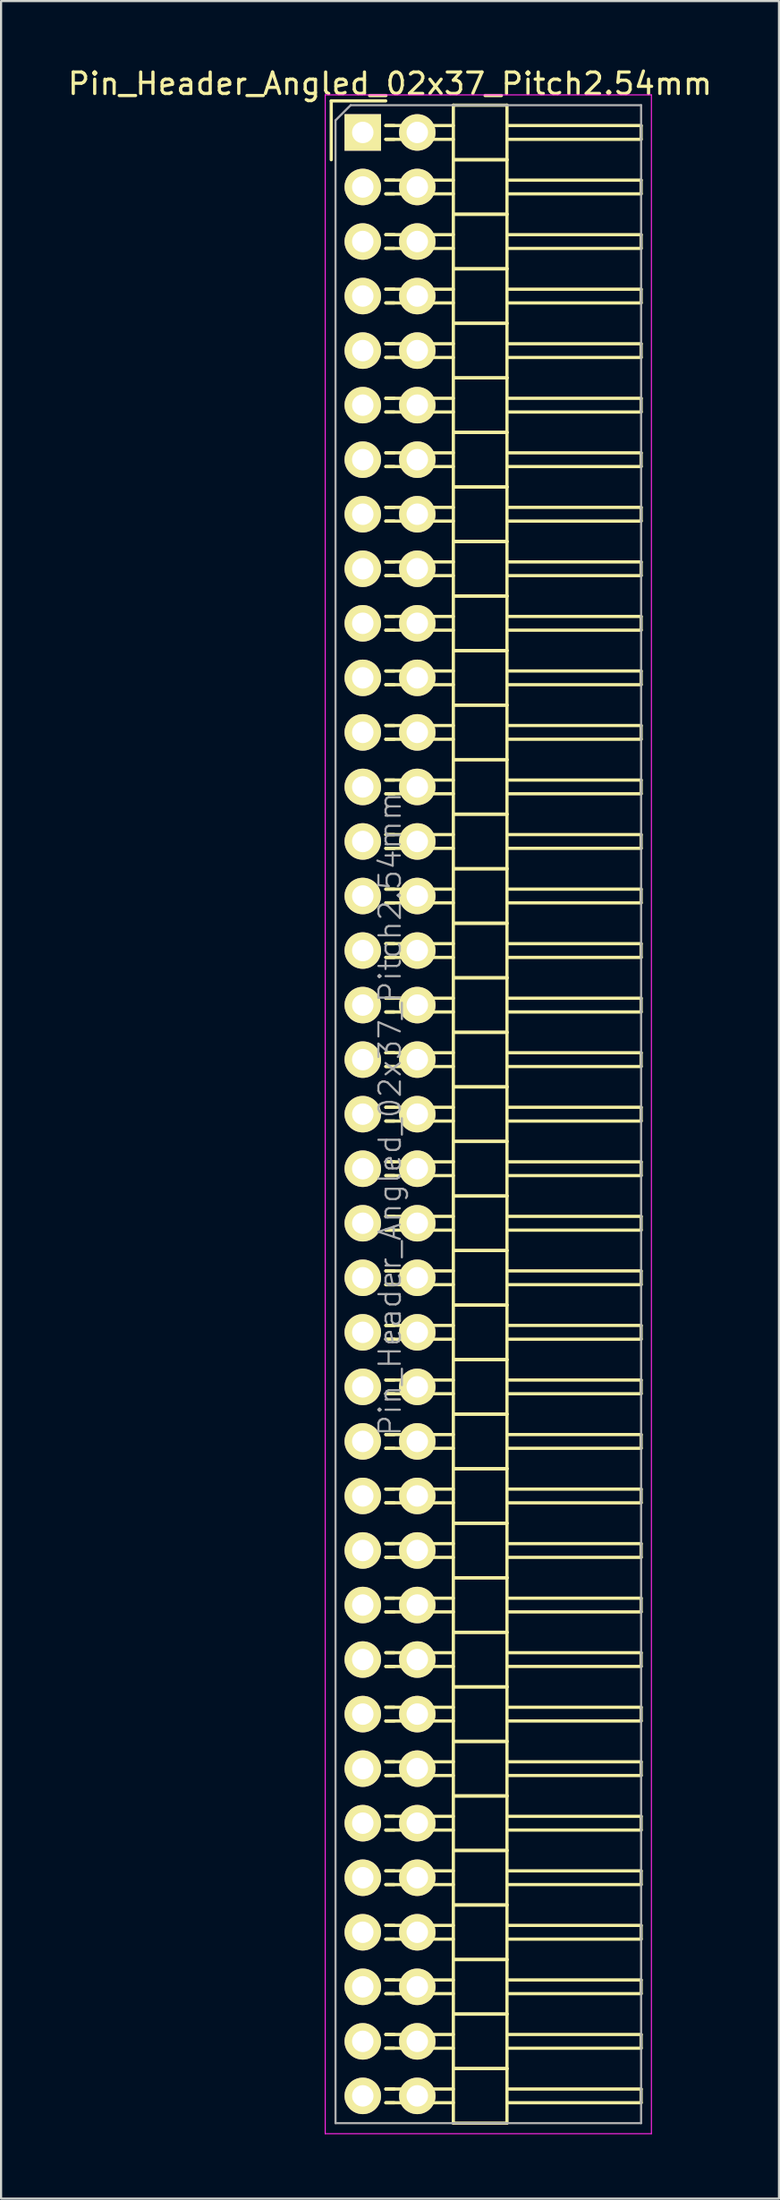
<source format=kicad_pcb>
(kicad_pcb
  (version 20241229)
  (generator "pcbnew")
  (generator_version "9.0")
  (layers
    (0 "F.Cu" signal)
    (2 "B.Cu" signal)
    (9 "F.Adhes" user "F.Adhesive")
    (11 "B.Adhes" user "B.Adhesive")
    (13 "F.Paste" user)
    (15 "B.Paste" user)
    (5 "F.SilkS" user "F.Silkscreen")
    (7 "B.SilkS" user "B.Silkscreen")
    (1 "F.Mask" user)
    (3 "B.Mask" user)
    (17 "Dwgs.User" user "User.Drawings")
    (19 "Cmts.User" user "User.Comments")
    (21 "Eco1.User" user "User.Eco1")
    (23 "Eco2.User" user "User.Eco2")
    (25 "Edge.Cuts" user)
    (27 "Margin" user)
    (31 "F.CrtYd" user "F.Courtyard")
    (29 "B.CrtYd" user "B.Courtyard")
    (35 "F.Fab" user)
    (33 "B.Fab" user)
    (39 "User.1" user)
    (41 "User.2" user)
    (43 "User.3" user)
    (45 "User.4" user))
  (footprint "Pin_Header_Angled_02x37_Pitch2.54mm"
    (layer "F.Cu")
    (at 13.855 3.118)
    (property "Reference" "Pin_Header_Angled_02x37_Pitch2.54mm" (at 1.27 -2.27 0) (layer "F.SilkS") (effects (font (size 1 1) (thickness 0.15))))
    (attr smd)
    (fp_line (start -1.47 -1.47) (end -1.47 1.27) (stroke (width 0.15) (type solid)) (layer "F.SilkS"))
    (fp_line (start -1.47 -1.47) (end 1.07 -1.47) (stroke (width 0.15) (type solid)) (layer "F.SilkS"))
    (fp_line (start 1.465 -0.32) (end 1.075 -0.32) (stroke (width 0.15) (type solid)) (layer "F.SilkS"))
    (fp_line (start 1.465 0.32) (end 1.075 0.32) (stroke (width 0.15) (type solid)) (layer "F.SilkS"))
    (fp_line (start 1.465 2.22) (end 1.075 2.22) (stroke (width 0.15) (type solid)) (layer "F.SilkS"))
    (fp_line (start 1.465 2.86) (end 1.075 2.86) (stroke (width 0.15) (type solid)) (layer "F.SilkS"))
    (fp_line (start 1.465 4.76) (end 1.075 4.76) (stroke (width 0.15) (type solid)) (layer "F.SilkS"))
    (fp_line (start 1.465 5.4) (end 1.075 5.4) (stroke (width 0.15) (type solid)) (layer "F.SilkS"))
    (fp_line (start 1.465 7.3) (end 1.075 7.3) (stroke (width 0.15) (type solid)) (layer "F.SilkS"))
    (fp_line (start 1.465 7.94) (end 1.075 7.94) (stroke (width 0.15) (type solid)) (layer "F.SilkS"))
    (fp_line (start 1.465 9.84) (end 1.075 9.84) (stroke (width 0.15) (type solid)) (layer "F.SilkS"))
    (fp_line (start 1.465 10.48) (end 1.075 10.48) (stroke (width 0.15) (type solid)) (layer "F.SilkS"))
    (fp_line (start 1.465 12.38) (end 1.075 12.38) (stroke (width 0.15) (type solid)) (layer "F.SilkS"))
    (fp_line (start 1.465 13.02) (end 1.075 13.02) (stroke (width 0.15) (type solid)) (layer "F.SilkS"))
    (fp_line (start 1.465 14.92) (end 1.075 14.92) (stroke (width 0.15) (type solid)) (layer "F.SilkS"))
    (fp_line (start 1.465 15.56) (end 1.075 15.56) (stroke (width 0.15) (type solid)) (layer "F.SilkS"))
    (fp_line (start 1.465 17.46) (end 1.075 17.46) (stroke (width 0.15) (type solid)) (layer "F.SilkS"))
    (fp_line (start 1.465 18.1) (end 1.075 18.1) (stroke (width 0.15) (type solid)) (layer "F.SilkS"))
    (fp_line (start 1.465 20) (end 1.075 20) (stroke (width 0.15) (type solid)) (layer "F.SilkS"))
    (fp_line (start 1.465 20.64) (end 1.075 20.64) (stroke (width 0.15) (type solid)) (layer "F.SilkS"))
    (fp_line (start 1.465 22.54) (end 1.075 22.54) (stroke (width 0.15) (type solid)) (layer "F.SilkS"))
    (fp_line (start 1.465 23.18) (end 1.075 23.18) (stroke (width 0.15) (type solid)) (layer "F.SilkS"))
    (fp_line (start 1.465 25.08) (end 1.075 25.08) (stroke (width 0.15) (type solid)) (layer "F.SilkS"))
    (fp_line (start 1.465 25.72) (end 1.075 25.72) (stroke (width 0.15) (type solid)) (layer "F.SilkS"))
    (fp_line (start 1.465 27.62) (end 1.075 27.62) (stroke (width 0.15) (type solid)) (layer "F.SilkS"))
    (fp_line (start 1.465 28.26) (end 1.075 28.26) (stroke (width 0.15) (type solid)) (layer "F.SilkS"))
    (fp_line (start 1.465 30.16) (end 1.075 30.16) (stroke (width 0.15) (type solid)) (layer "F.SilkS"))
    (fp_line (start 1.465 30.8) (end 1.075 30.8) (stroke (width 0.15) (type solid)) (layer "F.SilkS"))
    (fp_line (start 1.465 32.7) (end 1.075 32.7) (stroke (width 0.15) (type solid)) (layer "F.SilkS"))
    (fp_line (start 1.465 33.34) (end 1.075 33.34) (stroke (width 0.15) (type solid)) (layer "F.SilkS"))
    (fp_line (start 1.465 35.24) (end 1.075 35.24) (stroke (width 0.15) (type solid)) (layer "F.SilkS"))
    (fp_line (start 1.465 35.88) (end 1.075 35.88) (stroke (width 0.15) (type solid)) (layer "F.SilkS"))
    (fp_line (start 1.465 37.78) (end 1.075 37.78) (stroke (width 0.15) (type solid)) (layer "F.SilkS"))
    (fp_line (start 1.465 38.42) (end 1.075 38.42) (stroke (width 0.15) (type solid)) (layer "F.SilkS"))
    (fp_line (start 1.465 40.32) (end 1.075 40.32) (stroke (width 0.15) (type solid)) (layer "F.SilkS"))
    (fp_line (start 1.465 40.96) (end 1.075 40.96) (stroke (width 0.15) (type solid)) (layer "F.SilkS"))
    (fp_line (start 1.465 42.86) (end 1.075 42.86) (stroke (width 0.15) (type solid)) (layer "F.SilkS"))
    (fp_line (start 1.465 43.5) (end 1.075 43.5) (stroke (width 0.15) (type solid)) (layer "F.SilkS"))
    (fp_line (start 1.465 45.4) (end 1.075 45.4) (stroke (width 0.15) (type solid)) (layer "F.SilkS"))
    (fp_line (start 1.465 46.04) (end 1.075 46.04) (stroke (width 0.15) (type solid)) (layer "F.SilkS"))
    (fp_line (start 1.465 47.94) (end 1.075 47.94) (stroke (width 0.15) (type solid)) (layer "F.SilkS"))
    (fp_line (start 1.465 48.58) (end 1.075 48.58) (stroke (width 0.15) (type solid)) (layer "F.SilkS"))
    (fp_line (start 1.465 50.48) (end 1.075 50.48) (stroke (width 0.15) (type solid)) (layer "F.SilkS"))
    (fp_line (start 1.465 51.12) (end 1.075 51.12) (stroke (width 0.15) (type solid)) (layer "F.SilkS"))
    (fp_line (start 1.465 53.02) (end 1.075 53.02) (stroke (width 0.15) (type solid)) (layer "F.SilkS"))
    (fp_line (start 1.465 53.66) (end 1.075 53.66) (stroke (width 0.15) (type solid)) (layer "F.SilkS"))
    (fp_line (start 1.465 55.56) (end 1.075 55.56) (stroke (width 0.15) (type solid)) (layer "F.SilkS"))
    (fp_line (start 1.465 56.2) (end 1.075 56.2) (stroke (width 0.15) (type solid)) (layer "F.SilkS"))
    (fp_line (start 1.465 58.1) (end 1.075 58.1) (stroke (width 0.15) (type solid)) (layer "F.SilkS"))
    (fp_line (start 1.465 58.74) (end 1.075 58.74) (stroke (width 0.15) (type solid)) (layer "F.SilkS"))
    (fp_line (start 1.465 60.64) (end 1.075 60.64) (stroke (width 0.15) (type solid)) (layer "F.SilkS"))
    (fp_line (start 1.465 61.28) (end 1.075 61.28) (stroke (width 0.15) (type solid)) (layer "F.SilkS"))
    (fp_line (start 1.465 63.18) (end 1.075 63.18) (stroke (width 0.15) (type solid)) (layer "F.SilkS"))
    (fp_line (start 1.465 63.82) (end 1.075 63.82) (stroke (width 0.15) (type solid)) (layer "F.SilkS"))
    (fp_line (start 1.465 65.72) (end 1.075 65.72) (stroke (width 0.15) (type solid)) (layer "F.SilkS"))
    (fp_line (start 1.465 66.36) (end 1.075 66.36) (stroke (width 0.15) (type solid)) (layer "F.SilkS"))
    (fp_line (start 1.465 68.26) (end 1.075 68.26) (stroke (width 0.15) (type solid)) (layer "F.SilkS"))
    (fp_line (start 1.465 68.9) (end 1.075 68.9) (stroke (width 0.15) (type solid)) (layer "F.SilkS"))
    (fp_line (start 1.465 70.8) (end 1.075 70.8) (stroke (width 0.15) (type solid)) (layer "F.SilkS"))
    (fp_line (start 1.465 71.44) (end 1.075 71.44) (stroke (width 0.15) (type solid)) (layer "F.SilkS"))
    (fp_line (start 1.465 73.34) (end 1.075 73.34) (stroke (width 0.15) (type solid)) (layer "F.SilkS"))
    (fp_line (start 1.465 73.98) (end 1.075 73.98) (stroke (width 0.15) (type solid)) (layer "F.SilkS"))
    (fp_line (start 1.465 75.88) (end 1.075 75.88) (stroke (width 0.15) (type solid)) (layer "F.SilkS"))
    (fp_line (start 1.465 76.52) (end 1.075 76.52) (stroke (width 0.15) (type solid)) (layer "F.SilkS"))
    (fp_line (start 1.465 78.42) (end 1.075 78.42) (stroke (width 0.15) (type solid)) (layer "F.SilkS"))
    (fp_line (start 1.465 79.06) (end 1.075 79.06) (stroke (width 0.15) (type solid)) (layer "F.SilkS"))
    (fp_line (start 1.465 80.96) (end 1.075 80.96) (stroke (width 0.15) (type solid)) (layer "F.SilkS"))
    (fp_line (start 1.465 81.6) (end 1.075 81.6) (stroke (width 0.15) (type solid)) (layer "F.SilkS"))
    (fp_line (start 1.465 83.5) (end 1.075 83.5) (stroke (width 0.15) (type solid)) (layer "F.SilkS"))
    (fp_line (start 1.465 84.14) (end 1.075 84.14) (stroke (width 0.15) (type solid)) (layer "F.SilkS"))
    (fp_line (start 1.465 86.04) (end 1.075 86.04) (stroke (width 0.15) (type solid)) (layer "F.SilkS"))
    (fp_line (start 1.465 86.68) (end 1.075 86.68) (stroke (width 0.15) (type solid)) (layer "F.SilkS"))
    (fp_line (start 1.465 88.58) (end 1.075 88.58) (stroke (width 0.15) (type solid)) (layer "F.SilkS"))
    (fp_line (start 1.465 89.22) (end 1.075 89.22) (stroke (width 0.15) (type solid)) (layer "F.SilkS"))
    (fp_line (start 1.465 91.12) (end 1.075 91.12) (stroke (width 0.15) (type solid)) (layer "F.SilkS"))
    (fp_line (start 1.465 91.76) (end 1.075 91.76) (stroke (width 0.15) (type solid)) (layer "F.SilkS"))
    (fp_line (start 4.22 -0.32) (end 1.075 -0.32) (stroke (width 0.15) (type solid)) (layer "F.SilkS"))
    (fp_line (start 4.22 0.32) (end 1.075 0.32) (stroke (width 0.15) (type solid)) (layer "F.SilkS"))
    (fp_line (start 4.22 1.27) (end 4.22 -1.27) (stroke (width 0.15) (type solid)) (layer "F.SilkS"))
    (fp_line (start 4.22 2.22) (end 1.075 2.22) (stroke (width 0.15) (type solid)) (layer "F.SilkS"))
    (fp_line (start 4.22 2.86) (end 1.075 2.86) (stroke (width 0.15) (type solid)) (layer "F.SilkS"))
    (fp_line (start 4.22 3.81) (end 4.22 1.27) (stroke (width 0.15) (type solid)) (layer "F.SilkS"))
    (fp_line (start 4.22 4.76) (end 1.075 4.76) (stroke (width 0.15) (type solid)) (layer "F.SilkS"))
    (fp_line (start 4.22 5.4) (end 1.075 5.4) (stroke (width 0.15) (type solid)) (layer "F.SilkS"))
    (fp_line (start 4.22 6.35) (end 4.22 3.81) (stroke (width 0.15) (type solid)) (layer "F.SilkS"))
    (fp_line (start 4.22 7.3) (end 1.075 7.3) (stroke (width 0.15) (type solid)) (layer "F.SilkS"))
    (fp_line (start 4.22 7.94) (end 1.075 7.94) (stroke (width 0.15) (type solid)) (layer "F.SilkS"))
    (fp_line (start 4.22 8.89) (end 4.22 6.35) (stroke (width 0.15) (type solid)) (layer "F.SilkS"))
    (fp_line (start 4.22 9.84) (end 1.075 9.84) (stroke (width 0.15) (type solid)) (layer "F.SilkS"))
    (fp_line (start 4.22 10.48) (end 1.075 10.48) (stroke (width 0.15) (type solid)) (layer "F.SilkS"))
    (fp_line (start 4.22 11.43) (end 4.22 8.89) (stroke (width 0.15) (type solid)) (layer "F.SilkS"))
    (fp_line (start 4.22 12.38) (end 1.075 12.38) (stroke (width 0.15) (type solid)) (layer "F.SilkS"))
    (fp_line (start 4.22 13.02) (end 1.075 13.02) (stroke (width 0.15) (type solid)) (layer "F.SilkS"))
    (fp_line (start 4.22 13.97) (end 4.22 11.43) (stroke (width 0.15) (type solid)) (layer "F.SilkS"))
    (fp_line (start 4.22 14.92) (end 1.075 14.92) (stroke (width 0.15) (type solid)) (layer "F.SilkS"))
    (fp_line (start 4.22 15.56) (end 1.075 15.56) (stroke (width 0.15) (type solid)) (layer "F.SilkS"))
    (fp_line (start 4.22 16.51) (end 4.22 13.97) (stroke (width 0.15) (type solid)) (layer "F.SilkS"))
    (fp_line (start 4.22 17.46) (end 1.075 17.46) (stroke (width 0.15) (type solid)) (layer "F.SilkS"))
    (fp_line (start 4.22 18.1) (end 1.075 18.1) (stroke (width 0.15) (type solid)) (layer "F.SilkS"))
    (fp_line (start 4.22 19.05) (end 4.22 16.51) (stroke (width 0.15) (type solid)) (layer "F.SilkS"))
    (fp_line (start 4.22 20) (end 1.075 20) (stroke (width 0.15) (type solid)) (layer "F.SilkS"))
    (fp_line (start 4.22 20.64) (end 1.075 20.64) (stroke (width 0.15) (type solid)) (layer "F.SilkS"))
    (fp_line (start 4.22 21.59) (end 4.22 19.05) (stroke (width 0.15) (type solid)) (layer "F.SilkS"))
    (fp_line (start 4.22 22.54) (end 1.075 22.54) (stroke (width 0.15) (type solid)) (layer "F.SilkS"))
    (fp_line (start 4.22 23.18) (end 1.075 23.18) (stroke (width 0.15) (type solid)) (layer "F.SilkS"))
    (fp_line (start 4.22 24.13) (end 4.22 21.59) (stroke (width 0.15) (type solid)) (layer "F.SilkS"))
    (fp_line (start 4.22 25.08) (end 1.075 25.08) (stroke (width 0.15) (type solid)) (layer "F.SilkS"))
    (fp_line (start 4.22 25.72) (end 1.075 25.72) (stroke (width 0.15) (type solid)) (layer "F.SilkS"))
    (fp_line (start 4.22 26.67) (end 4.22 24.13) (stroke (width 0.15) (type solid)) (layer "F.SilkS"))
    (fp_line (start 4.22 27.62) (end 1.075 27.62) (stroke (width 0.15) (type solid)) (layer "F.SilkS"))
    (fp_line (start 4.22 28.26) (end 1.075 28.26) (stroke (width 0.15) (type solid)) (layer "F.SilkS"))
    (fp_line (start 4.22 29.21) (end 4.22 26.67) (stroke (width 0.15) (type solid)) (layer "F.SilkS"))
    (fp_line (start 4.22 30.16) (end 1.075 30.16) (stroke (width 0.15) (type solid)) (layer "F.SilkS"))
    (fp_line (start 4.22 30.8) (end 1.075 30.8) (stroke (width 0.15) (type solid)) (layer "F.SilkS"))
    (fp_line (start 4.22 31.75) (end 4.22 29.21) (stroke (width 0.15) (type solid)) (layer "F.SilkS"))
    (fp_line (start 4.22 32.7) (end 1.075 32.7) (stroke (width 0.15) (type solid)) (layer "F.SilkS"))
    (fp_line (start 4.22 33.34) (end 1.075 33.34) (stroke (width 0.15) (type solid)) (layer "F.SilkS"))
    (fp_line (start 4.22 34.29) (end 4.22 31.75) (stroke (width 0.15) (type solid)) (layer "F.SilkS"))
    (fp_line (start 4.22 35.24) (end 1.075 35.24) (stroke (width 0.15) (type solid)) (layer "F.SilkS"))
    (fp_line (start 4.22 35.88) (end 1.075 35.88) (stroke (width 0.15) (type solid)) (layer "F.SilkS"))
    (fp_line (start 4.22 36.83) (end 4.22 34.29) (stroke (width 0.15) (type solid)) (layer "F.SilkS"))
    (fp_line (start 4.22 37.78) (end 1.075 37.78) (stroke (width 0.15) (type solid)) (layer "F.SilkS"))
    (fp_line (start 4.22 38.42) (end 1.075 38.42) (stroke (width 0.15) (type solid)) (layer "F.SilkS"))
    (fp_line (start 4.22 39.37) (end 4.22 36.83) (stroke (width 0.15) (type solid)) (layer "F.SilkS"))
    (fp_line (start 4.22 40.32) (end 1.075 40.32) (stroke (width 0.15) (type solid)) (layer "F.SilkS"))
    (fp_line (start 4.22 40.96) (end 1.075 40.96) (stroke (width 0.15) (type solid)) (layer "F.SilkS"))
    (fp_line (start 4.22 41.91) (end 4.22 39.37) (stroke (width 0.15) (type solid)) (layer "F.SilkS"))
    (fp_line (start 4.22 42.86) (end 1.075 42.86) (stroke (width 0.15) (type solid)) (layer "F.SilkS"))
    (fp_line (start 4.22 43.5) (end 1.075 43.5) (stroke (width 0.15) (type solid)) (layer "F.SilkS"))
    (fp_line (start 4.22 44.45) (end 4.22 41.91) (stroke (width 0.15) (type solid)) (layer "F.SilkS"))
    (fp_line (start 4.22 45.4) (end 1.075 45.4) (stroke (width 0.15) (type solid)) (layer "F.SilkS"))
    (fp_line (start 4.22 46.04) (end 1.075 46.04) (stroke (width 0.15) (type solid)) (layer "F.SilkS"))
    (fp_line (start 4.22 46.99) (end 4.22 44.45) (stroke (width 0.15) (type solid)) (layer "F.SilkS"))
    (fp_line (start 4.22 47.94) (end 1.075 47.94) (stroke (width 0.15) (type solid)) (layer "F.SilkS"))
    (fp_line (start 4.22 48.58) (end 1.075 48.58) (stroke (width 0.15) (type solid)) (layer "F.SilkS"))
    (fp_line (start 4.22 49.53) (end 4.22 46.99) (stroke (width 0.15) (type solid)) (layer "F.SilkS"))
    (fp_line (start 4.22 50.48) (end 1.075 50.48) (stroke (width 0.15) (type solid)) (layer "F.SilkS"))
    (fp_line (start 4.22 51.12) (end 1.075 51.12) (stroke (width 0.15) (type solid)) (layer "F.SilkS"))
    (fp_line (start 4.22 52.07) (end 4.22 49.53) (stroke (width 0.15) (type solid)) (layer "F.SilkS"))
    (fp_line (start 4.22 53.02) (end 1.075 53.02) (stroke (width 0.15) (type solid)) (layer "F.SilkS"))
    (fp_line (start 4.22 53.66) (end 1.075 53.66) (stroke (width 0.15) (type solid)) (layer "F.SilkS"))
    (fp_line (start 4.22 54.61) (end 4.22 52.07) (stroke (width 0.15) (type solid)) (layer "F.SilkS"))
    (fp_line (start 4.22 55.56) (end 1.075 55.56) (stroke (width 0.15) (type solid)) (layer "F.SilkS"))
    (fp_line (start 4.22 56.2) (end 1.075 56.2) (stroke (width 0.15) (type solid)) (layer "F.SilkS"))
    (fp_line (start 4.22 57.15) (end 4.22 54.61) (stroke (width 0.15) (type solid)) (layer "F.SilkS"))
    (fp_line (start 4.22 58.1) (end 1.075 58.1) (stroke (width 0.15) (type solid)) (layer "F.SilkS"))
    (fp_line (start 4.22 58.74) (end 1.075 58.74) (stroke (width 0.15) (type solid)) (layer "F.SilkS"))
    (fp_line (start 4.22 59.69) (end 4.22 57.15) (stroke (width 0.15) (type solid)) (layer "F.SilkS"))
    (fp_line (start 4.22 60.64) (end 1.075 60.64) (stroke (width 0.15) (type solid)) (layer "F.SilkS"))
    (fp_line (start 4.22 61.28) (end 1.075 61.28) (stroke (width 0.15) (type solid)) (layer "F.SilkS"))
    (fp_line (start 4.22 62.23) (end 4.22 59.69) (stroke (width 0.15) (type solid)) (layer "F.SilkS"))
    (fp_line (start 4.22 63.18) (end 1.075 63.18) (stroke (width 0.15) (type solid)) (layer "F.SilkS"))
    (fp_line (start 4.22 63.82) (end 1.075 63.82) (stroke (width 0.15) (type solid)) (layer "F.SilkS"))
    (fp_line (start 4.22 64.77) (end 4.22 62.23) (stroke (width 0.15) (type solid)) (layer "F.SilkS"))
    (fp_line (start 4.22 65.72) (end 1.075 65.72) (stroke (width 0.15) (type solid)) (layer "F.SilkS"))
    (fp_line (start 4.22 66.36) (end 1.075 66.36) (stroke (width 0.15) (type solid)) (layer "F.SilkS"))
    (fp_line (start 4.22 67.31) (end 4.22 64.77) (stroke (width 0.15) (type solid)) (layer "F.SilkS"))
    (fp_line (start 4.22 68.26) (end 1.075 68.26) (stroke (width 0.15) (type solid)) (layer "F.SilkS"))
    (fp_line (start 4.22 68.9) (end 1.075 68.9) (stroke (width 0.15) (type solid)) (layer "F.SilkS"))
    (fp_line (start 4.22 69.85) (end 4.22 67.31) (stroke (width 0.15) (type solid)) (layer "F.SilkS"))
    (fp_line (start 4.22 70.8) (end 1.075 70.8) (stroke (width 0.15) (type solid)) (layer "F.SilkS"))
    (fp_line (start 4.22 71.44) (end 1.075 71.44) (stroke (width 0.15) (type solid)) (layer "F.SilkS"))
    (fp_line (start 4.22 72.39) (end 4.22 69.85) (stroke (width 0.15) (type solid)) (layer "F.SilkS"))
    (fp_line (start 4.22 73.34) (end 1.075 73.34) (stroke (width 0.15) (type solid)) (layer "F.SilkS"))
    (fp_line (start 4.22 73.98) (end 1.075 73.98) (stroke (width 0.15) (type solid)) (layer "F.SilkS"))
    (fp_line (start 4.22 74.93) (end 4.22 72.39) (stroke (width 0.15) (type solid)) (layer "F.SilkS"))
    (fp_line (start 4.22 75.88) (end 1.075 75.88) (stroke (width 0.15) (type solid)) (layer "F.SilkS"))
    (fp_line (start 4.22 76.52) (end 1.075 76.52) (stroke (width 0.15) (type solid)) (layer "F.SilkS"))
    (fp_line (start 4.22 77.47) (end 4.22 74.93) (stroke (width 0.15) (type solid)) (layer "F.SilkS"))
    (fp_line (start 4.22 78.42) (end 1.075 78.42) (stroke (width 0.15) (type solid)) (layer "F.SilkS"))
    (fp_line (start 4.22 79.06) (end 1.075 79.06) (stroke (width 0.15) (type solid)) (layer "F.SilkS"))
    (fp_line (start 4.22 80.01) (end 4.22 77.47) (stroke (width 0.15) (type solid)) (layer "F.SilkS"))
    (fp_line (start 4.22 80.96) (end 1.075 80.96) (stroke (width 0.15) (type solid)) (layer "F.SilkS"))
    (fp_line (start 4.22 81.6) (end 1.075 81.6) (stroke (width 0.15) (type solid)) (layer "F.SilkS"))
    (fp_line (start 4.22 82.55) (end 4.22 80.01) (stroke (width 0.15) (type solid)) (layer "F.SilkS"))
    (fp_line (start 4.22 83.5) (end 1.075 83.5) (stroke (width 0.15) (type solid)) (layer "F.SilkS"))
    (fp_line (start 4.22 84.14) (end 1.075 84.14) (stroke (width 0.15) (type solid)) (layer "F.SilkS"))
    (fp_line (start 4.22 85.09) (end 4.22 82.55) (stroke (width 0.15) (type solid)) (layer "F.SilkS"))
    (fp_line (start 4.22 86.04) (end 1.075 86.04) (stroke (width 0.15) (type solid)) (layer "F.SilkS"))
    (fp_line (start 4.22 86.68) (end 1.075 86.68) (stroke (width 0.15) (type solid)) (layer "F.SilkS"))
    (fp_line (start 4.22 87.63) (end 4.22 85.09) (stroke (width 0.15) (type solid)) (layer "F.SilkS"))
    (fp_line (start 4.22 88.58) (end 1.075 88.58) (stroke (width 0.15) (type solid)) (layer "F.SilkS"))
    (fp_line (start 4.22 89.22) (end 1.075 89.22) (stroke (width 0.15) (type solid)) (layer "F.SilkS"))
    (fp_line (start 4.22 90.17) (end 4.22 87.63) (stroke (width 0.15) (type solid)) (layer "F.SilkS"))
    (fp_line (start 4.22 91.12) (end 1.075 91.12) (stroke (width 0.15) (type solid)) (layer "F.SilkS"))
    (fp_line (start 4.22 91.76) (end 1.075 91.76) (stroke (width 0.15) (type solid)) (layer "F.SilkS"))
    (fp_line (start 4.22 92.71) (end 4.22 90.17) (stroke (width 0.15) (type solid)) (layer "F.SilkS"))
    (fp_line (start 6.72 -1.27) (end 4.22 -1.27) (stroke (width 0.15) (type solid)) (layer "F.SilkS"))
    (fp_line (start 6.72 -0.32) (end 12.97 -0.32) (stroke (width 0.15) (type solid)) (layer "F.SilkS"))
    (fp_line (start 6.72 0.32) (end 12.97 0.32) (stroke (width 0.15) (type solid)) (layer "F.SilkS"))
    (fp_line (start 6.72 1.27) (end 4.22 1.27) (stroke (width 0.15) (type solid)) (layer "F.SilkS"))
    (fp_line (start 6.72 1.27) (end 4.22 1.27) (stroke (width 0.15) (type solid)) (layer "F.SilkS"))
    (fp_line (start 6.72 1.27) (end 6.72 -1.27) (stroke (width 0.15) (type solid)) (layer "F.SilkS"))
    (fp_line (start 6.72 2.22) (end 12.97 2.22) (stroke (width 0.15) (type solid)) (layer "F.SilkS"))
    (fp_line (start 6.72 2.86) (end 12.97 2.86) (stroke (width 0.15) (type solid)) (layer "F.SilkS"))
    (fp_line (start 6.72 3.81) (end 4.22 3.81) (stroke (width 0.15) (type solid)) (layer "F.SilkS"))
    (fp_line (start 6.72 3.81) (end 4.22 3.81) (stroke (width 0.15) (type solid)) (layer "F.SilkS"))
    (fp_line (start 6.72 3.81) (end 6.72 1.27) (stroke (width 0.15) (type solid)) (layer "F.SilkS"))
    (fp_line (start 6.72 4.76) (end 12.97 4.76) (stroke (width 0.15) (type solid)) (layer "F.SilkS"))
    (fp_line (start 6.72 5.4) (end 12.97 5.4) (stroke (width 0.15) (type solid)) (layer "F.SilkS"))
    (fp_line (start 6.72 6.35) (end 4.22 6.35) (stroke (width 0.15) (type solid)) (layer "F.SilkS"))
    (fp_line (start 6.72 6.35) (end 4.22 6.35) (stroke (width 0.15) (type solid)) (layer "F.SilkS"))
    (fp_line (start 6.72 6.35) (end 6.72 3.81) (stroke (width 0.15) (type solid)) (layer "F.SilkS"))
    (fp_line (start 6.72 7.3) (end 12.97 7.3) (stroke (width 0.15) (type solid)) (layer "F.SilkS"))
    (fp_line (start 6.72 7.94) (end 12.97 7.94) (stroke (width 0.15) (type solid)) (layer "F.SilkS"))
    (fp_line (start 6.72 8.89) (end 4.22 8.89) (stroke (width 0.15) (type solid)) (layer "F.SilkS"))
    (fp_line (start 6.72 8.89) (end 4.22 8.89) (stroke (width 0.15) (type solid)) (layer "F.SilkS"))
    (fp_line (start 6.72 8.89) (end 6.72 6.35) (stroke (width 0.15) (type solid)) (layer "F.SilkS"))
    (fp_line (start 6.72 9.84) (end 12.97 9.84) (stroke (width 0.15) (type solid)) (layer "F.SilkS"))
    (fp_line (start 6.72 10.48) (end 12.97 10.48) (stroke (width 0.15) (type solid)) (layer "F.SilkS"))
    (fp_line (start 6.72 11.43) (end 4.22 11.43) (stroke (width 0.15) (type solid)) (layer "F.SilkS"))
    (fp_line (start 6.72 11.43) (end 4.22 11.43) (stroke (width 0.15) (type solid)) (layer "F.SilkS"))
    (fp_line (start 6.72 11.43) (end 6.72 8.89) (stroke (width 0.15) (type solid)) (layer "F.SilkS"))
    (fp_line (start 6.72 12.38) (end 12.97 12.38) (stroke (width 0.15) (type solid)) (layer "F.SilkS"))
    (fp_line (start 6.72 13.02) (end 12.97 13.02) (stroke (width 0.15) (type solid)) (layer "F.SilkS"))
    (fp_line (start 6.72 13.97) (end 4.22 13.97) (stroke (width 0.15) (type solid)) (layer "F.SilkS"))
    (fp_line (start 6.72 13.97) (end 4.22 13.97) (stroke (width 0.15) (type solid)) (layer "F.SilkS"))
    (fp_line (start 6.72 13.97) (end 6.72 11.43) (stroke (width 0.15) (type solid)) (layer "F.SilkS"))
    (fp_line (start 6.72 14.92) (end 12.97 14.92) (stroke (width 0.15) (type solid)) (layer "F.SilkS"))
    (fp_line (start 6.72 15.56) (end 12.97 15.56) (stroke (width 0.15) (type solid)) (layer "F.SilkS"))
    (fp_line (start 6.72 16.51) (end 4.22 16.51) (stroke (width 0.15) (type solid)) (layer "F.SilkS"))
    (fp_line (start 6.72 16.51) (end 4.22 16.51) (stroke (width 0.15) (type solid)) (layer "F.SilkS"))
    (fp_line (start 6.72 16.51) (end 6.72 13.97) (stroke (width 0.15) (type solid)) (layer "F.SilkS"))
    (fp_line (start 6.72 17.46) (end 12.97 17.46) (stroke (width 0.15) (type solid)) (layer "F.SilkS"))
    (fp_line (start 6.72 18.1) (end 12.97 18.1) (stroke (width 0.15) (type solid)) (layer "F.SilkS"))
    (fp_line (start 6.72 19.05) (end 4.22 19.05) (stroke (width 0.15) (type solid)) (layer "F.SilkS"))
    (fp_line (start 6.72 19.05) (end 4.22 19.05) (stroke (width 0.15) (type solid)) (layer "F.SilkS"))
    (fp_line (start 6.72 19.05) (end 6.72 16.51) (stroke (width 0.15) (type solid)) (layer "F.SilkS"))
    (fp_line (start 6.72 20) (end 12.97 20) (stroke (width 0.15) (type solid)) (layer "F.SilkS"))
    (fp_line (start 6.72 20.64) (end 12.97 20.64) (stroke (width 0.15) (type solid)) (layer "F.SilkS"))
    (fp_line (start 6.72 21.59) (end 4.22 21.59) (stroke (width 0.15) (type solid)) (layer "F.SilkS"))
    (fp_line (start 6.72 21.59) (end 4.22 21.59) (stroke (width 0.15) (type solid)) (layer "F.SilkS"))
    (fp_line (start 6.72 21.59) (end 6.72 19.05) (stroke (width 0.15) (type solid)) (layer "F.SilkS"))
    (fp_line (start 6.72 22.54) (end 12.97 22.54) (stroke (width 0.15) (type solid)) (layer "F.SilkS"))
    (fp_line (start 6.72 23.18) (end 12.97 23.18) (stroke (width 0.15) (type solid)) (layer "F.SilkS"))
    (fp_line (start 6.72 24.13) (end 4.22 24.13) (stroke (width 0.15) (type solid)) (layer "F.SilkS"))
    (fp_line (start 6.72 24.13) (end 4.22 24.13) (stroke (width 0.15) (type solid)) (layer "F.SilkS"))
    (fp_line (start 6.72 24.13) (end 6.72 21.59) (stroke (width 0.15) (type solid)) (layer "F.SilkS"))
    (fp_line (start 6.72 25.08) (end 12.97 25.08) (stroke (width 0.15) (type solid)) (layer "F.SilkS"))
    (fp_line (start 6.72 25.72) (end 12.97 25.72) (stroke (width 0.15) (type solid)) (layer "F.SilkS"))
    (fp_line (start 6.72 26.67) (end 4.22 26.67) (stroke (width 0.15) (type solid)) (layer "F.SilkS"))
    (fp_line (start 6.72 26.67) (end 4.22 26.67) (stroke (width 0.15) (type solid)) (layer "F.SilkS"))
    (fp_line (start 6.72 26.67) (end 6.72 24.13) (stroke (width 0.15) (type solid)) (layer "F.SilkS"))
    (fp_line (start 6.72 27.62) (end 12.97 27.62) (stroke (width 0.15) (type solid)) (layer "F.SilkS"))
    (fp_line (start 6.72 28.26) (end 12.97 28.26) (stroke (width 0.15) (type solid)) (layer "F.SilkS"))
    (fp_line (start 6.72 29.21) (end 4.22 29.21) (stroke (width 0.15) (type solid)) (layer "F.SilkS"))
    (fp_line (start 6.72 29.21) (end 4.22 29.21) (stroke (width 0.15) (type solid)) (layer "F.SilkS"))
    (fp_line (start 6.72 29.21) (end 6.72 26.67) (stroke (width 0.15) (type solid)) (layer "F.SilkS"))
    (fp_line (start 6.72 30.16) (end 12.97 30.16) (stroke (width 0.15) (type solid)) (layer "F.SilkS"))
    (fp_line (start 6.72 30.8) (end 12.97 30.8) (stroke (width 0.15) (type solid)) (layer "F.SilkS"))
    (fp_line (start 6.72 31.75) (end 4.22 31.75) (stroke (width 0.15) (type solid)) (layer "F.SilkS"))
    (fp_line (start 6.72 31.75) (end 4.22 31.75) (stroke (width 0.15) (type solid)) (layer "F.SilkS"))
    (fp_line (start 6.72 31.75) (end 6.72 29.21) (stroke (width 0.15) (type solid)) (layer "F.SilkS"))
    (fp_line (start 6.72 32.7) (end 12.97 32.7) (stroke (width 0.15) (type solid)) (layer "F.SilkS"))
    (fp_line (start 6.72 33.34) (end 12.97 33.34) (stroke (width 0.15) (type solid)) (layer "F.SilkS"))
    (fp_line (start 6.72 34.29) (end 4.22 34.29) (stroke (width 0.15) (type solid)) (layer "F.SilkS"))
    (fp_line (start 6.72 34.29) (end 4.22 34.29) (stroke (width 0.15) (type solid)) (layer "F.SilkS"))
    (fp_line (start 6.72 34.29) (end 6.72 31.75) (stroke (width 0.15) (type solid)) (layer "F.SilkS"))
    (fp_line (start 6.72 35.24) (end 12.97 35.24) (stroke (width 0.15) (type solid)) (layer "F.SilkS"))
    (fp_line (start 6.72 35.88) (end 12.97 35.88) (stroke (width 0.15) (type solid)) (layer "F.SilkS"))
    (fp_line (start 6.72 36.83) (end 4.22 36.83) (stroke (width 0.15) (type solid)) (layer "F.SilkS"))
    (fp_line (start 6.72 36.83) (end 4.22 36.83) (stroke (width 0.15) (type solid)) (layer "F.SilkS"))
    (fp_line (start 6.72 36.83) (end 6.72 34.29) (stroke (width 0.15) (type solid)) (layer "F.SilkS"))
    (fp_line (start 6.72 37.78) (end 12.97 37.78) (stroke (width 0.15) (type solid)) (layer "F.SilkS"))
    (fp_line (start 6.72 38.42) (end 12.97 38.42) (stroke (width 0.15) (type solid)) (layer "F.SilkS"))
    (fp_line (start 6.72 39.37) (end 4.22 39.37) (stroke (width 0.15) (type solid)) (layer "F.SilkS"))
    (fp_line (start 6.72 39.37) (end 4.22 39.37) (stroke (width 0.15) (type solid)) (layer "F.SilkS"))
    (fp_line (start 6.72 39.37) (end 6.72 36.83) (stroke (width 0.15) (type solid)) (layer "F.SilkS"))
    (fp_line (start 6.72 40.32) (end 12.97 40.32) (stroke (width 0.15) (type solid)) (layer "F.SilkS"))
    (fp_line (start 6.72 40.96) (end 12.97 40.96) (stroke (width 0.15) (type solid)) (layer "F.SilkS"))
    (fp_line (start 6.72 41.91) (end 4.22 41.91) (stroke (width 0.15) (type solid)) (layer "F.SilkS"))
    (fp_line (start 6.72 41.91) (end 4.22 41.91) (stroke (width 0.15) (type solid)) (layer "F.SilkS"))
    (fp_line (start 6.72 41.91) (end 6.72 39.37) (stroke (width 0.15) (type solid)) (layer "F.SilkS"))
    (fp_line (start 6.72 42.86) (end 12.97 42.86) (stroke (width 0.15) (type solid)) (layer "F.SilkS"))
    (fp_line (start 6.72 43.5) (end 12.97 43.5) (stroke (width 0.15) (type solid)) (layer "F.SilkS"))
    (fp_line (start 6.72 44.45) (end 4.22 44.45) (stroke (width 0.15) (type solid)) (layer "F.SilkS"))
    (fp_line (start 6.72 44.45) (end 4.22 44.45) (stroke (width 0.15) (type solid)) (layer "F.SilkS"))
    (fp_line (start 6.72 44.45) (end 6.72 41.91) (stroke (width 0.15) (type solid)) (layer "F.SilkS"))
    (fp_line (start 6.72 45.4) (end 12.97 45.4) (stroke (width 0.15) (type solid)) (layer "F.SilkS"))
    (fp_line (start 6.72 46.04) (end 12.97 46.04) (stroke (width 0.15) (type solid)) (layer "F.SilkS"))
    (fp_line (start 6.72 46.99) (end 4.22 46.99) (stroke (width 0.15) (type solid)) (layer "F.SilkS"))
    (fp_line (start 6.72 46.99) (end 4.22 46.99) (stroke (width 0.15) (type solid)) (layer "F.SilkS"))
    (fp_line (start 6.72 46.99) (end 6.72 44.45) (stroke (width 0.15) (type solid)) (layer "F.SilkS"))
    (fp_line (start 6.72 47.94) (end 12.97 47.94) (stroke (width 0.15) (type solid)) (layer "F.SilkS"))
    (fp_line (start 6.72 48.58) (end 12.97 48.58) (stroke (width 0.15) (type solid)) (layer "F.SilkS"))
    (fp_line (start 6.72 49.53) (end 4.22 49.53) (stroke (width 0.15) (type solid)) (layer "F.SilkS"))
    (fp_line (start 6.72 49.53) (end 4.22 49.53) (stroke (width 0.15) (type solid)) (layer "F.SilkS"))
    (fp_line (start 6.72 49.53) (end 6.72 46.99) (stroke (width 0.15) (type solid)) (layer "F.SilkS"))
    (fp_line (start 6.72 50.48) (end 12.97 50.48) (stroke (width 0.15) (type solid)) (layer "F.SilkS"))
    (fp_line (start 6.72 51.12) (end 12.97 51.12) (stroke (width 0.15) (type solid)) (layer "F.SilkS"))
    (fp_line (start 6.72 52.07) (end 4.22 52.07) (stroke (width 0.15) (type solid)) (layer "F.SilkS"))
    (fp_line (start 6.72 52.07) (end 4.22 52.07) (stroke (width 0.15) (type solid)) (layer "F.SilkS"))
    (fp_line (start 6.72 52.07) (end 6.72 49.53) (stroke (width 0.15) (type solid)) (layer "F.SilkS"))
    (fp_line (start 6.72 53.02) (end 12.97 53.02) (stroke (width 0.15) (type solid)) (layer "F.SilkS"))
    (fp_line (start 6.72 53.66) (end 12.97 53.66) (stroke (width 0.15) (type solid)) (layer "F.SilkS"))
    (fp_line (start 6.72 54.61) (end 4.22 54.61) (stroke (width 0.15) (type solid)) (layer "F.SilkS"))
    (fp_line (start 6.72 54.61) (end 4.22 54.61) (stroke (width 0.15) (type solid)) (layer "F.SilkS"))
    (fp_line (start 6.72 54.61) (end 6.72 52.07) (stroke (width 0.15) (type solid)) (layer "F.SilkS"))
    (fp_line (start 6.72 55.56) (end 12.97 55.56) (stroke (width 0.15) (type solid)) (layer "F.SilkS"))
    (fp_line (start 6.72 56.2) (end 12.97 56.2) (stroke (width 0.15) (type solid)) (layer "F.SilkS"))
    (fp_line (start 6.72 57.15) (end 4.22 57.15) (stroke (width 0.15) (type solid)) (layer "F.SilkS"))
    (fp_line (start 6.72 57.15) (end 4.22 57.15) (stroke (width 0.15) (type solid)) (layer "F.SilkS"))
    (fp_line (start 6.72 57.15) (end 6.72 54.61) (stroke (width 0.15) (type solid)) (layer "F.SilkS"))
    (fp_line (start 6.72 58.1) (end 12.97 58.1) (stroke (width 0.15) (type solid)) (layer "F.SilkS"))
    (fp_line (start 6.72 58.74) (end 12.97 58.74) (stroke (width 0.15) (type solid)) (layer "F.SilkS"))
    (fp_line (start 6.72 59.69) (end 4.22 59.69) (stroke (width 0.15) (type solid)) (layer "F.SilkS"))
    (fp_line (start 6.72 59.69) (end 4.22 59.69) (stroke (width 0.15) (type solid)) (layer "F.SilkS"))
    (fp_line (start 6.72 59.69) (end 6.72 57.15) (stroke (width 0.15) (type solid)) (layer "F.SilkS"))
    (fp_line (start 6.72 60.64) (end 12.97 60.64) (stroke (width 0.15) (type solid)) (layer "F.SilkS"))
    (fp_line (start 6.72 61.28) (end 12.97 61.28) (stroke (width 0.15) (type solid)) (layer "F.SilkS"))
    (fp_line (start 6.72 62.23) (end 4.22 62.23) (stroke (width 0.15) (type solid)) (layer "F.SilkS"))
    (fp_line (start 6.72 62.23) (end 4.22 62.23) (stroke (width 0.15) (type solid)) (layer "F.SilkS"))
    (fp_line (start 6.72 62.23) (end 6.72 59.69) (stroke (width 0.15) (type solid)) (layer "F.SilkS"))
    (fp_line (start 6.72 63.18) (end 12.97 63.18) (stroke (width 0.15) (type solid)) (layer "F.SilkS"))
    (fp_line (start 6.72 63.82) (end 12.97 63.82) (stroke (width 0.15) (type solid)) (layer "F.SilkS"))
    (fp_line (start 6.72 64.77) (end 4.22 64.77) (stroke (width 0.15) (type solid)) (layer "F.SilkS"))
    (fp_line (start 6.72 64.77) (end 4.22 64.77) (stroke (width 0.15) (type solid)) (layer "F.SilkS"))
    (fp_line (start 6.72 64.77) (end 6.72 62.23) (stroke (width 0.15) (type solid)) (layer "F.SilkS"))
    (fp_line (start 6.72 65.72) (end 12.97 65.72) (stroke (width 0.15) (type solid)) (layer "F.SilkS"))
    (fp_line (start 6.72 66.36) (end 12.97 66.36) (stroke (width 0.15) (type solid)) (layer "F.SilkS"))
    (fp_line (start 6.72 67.31) (end 4.22 67.31) (stroke (width 0.15) (type solid)) (layer "F.SilkS"))
    (fp_line (start 6.72 67.31) (end 4.22 67.31) (stroke (width 0.15) (type solid)) (layer "F.SilkS"))
    (fp_line (start 6.72 67.31) (end 6.72 64.77) (stroke (width 0.15) (type solid)) (layer "F.SilkS"))
    (fp_line (start 6.72 68.26) (end 12.97 68.26) (stroke (width 0.15) (type solid)) (layer "F.SilkS"))
    (fp_line (start 6.72 68.9) (end 12.97 68.9) (stroke (width 0.15) (type solid)) (layer "F.SilkS"))
    (fp_line (start 6.72 69.85) (end 4.22 69.85) (stroke (width 0.15) (type solid)) (layer "F.SilkS"))
    (fp_line (start 6.72 69.85) (end 4.22 69.85) (stroke (width 0.15) (type solid)) (layer "F.SilkS"))
    (fp_line (start 6.72 69.85) (end 6.72 67.31) (stroke (width 0.15) (type solid)) (layer "F.SilkS"))
    (fp_line (start 6.72 70.8) (end 12.97 70.8) (stroke (width 0.15) (type solid)) (layer "F.SilkS"))
    (fp_line (start 6.72 71.44) (end 12.97 71.44) (stroke (width 0.15) (type solid)) (layer "F.SilkS"))
    (fp_line (start 6.72 72.39) (end 4.22 72.39) (stroke (width 0.15) (type solid)) (layer "F.SilkS"))
    (fp_line (start 6.72 72.39) (end 4.22 72.39) (stroke (width 0.15) (type solid)) (layer "F.SilkS"))
    (fp_line (start 6.72 72.39) (end 6.72 69.85) (stroke (width 0.15) (type solid)) (layer "F.SilkS"))
    (fp_line (start 6.72 73.34) (end 12.97 73.34) (stroke (width 0.15) (type solid)) (layer "F.SilkS"))
    (fp_line (start 6.72 73.98) (end 12.97 73.98) (stroke (width 0.15) (type solid)) (layer "F.SilkS"))
    (fp_line (start 6.72 74.93) (end 4.22 74.93) (stroke (width 0.15) (type solid)) (layer "F.SilkS"))
    (fp_line (start 6.72 74.93) (end 4.22 74.93) (stroke (width 0.15) (type solid)) (layer "F.SilkS"))
    (fp_line (start 6.72 74.93) (end 6.72 72.39) (stroke (width 0.15) (type solid)) (layer "F.SilkS"))
    (fp_line (start 6.72 75.88) (end 12.97 75.88) (stroke (width 0.15) (type solid)) (layer "F.SilkS"))
    (fp_line (start 6.72 76.52) (end 12.97 76.52) (stroke (width 0.15) (type solid)) (layer "F.SilkS"))
    (fp_line (start 6.72 77.47) (end 4.22 77.47) (stroke (width 0.15) (type solid)) (layer "F.SilkS"))
    (fp_line (start 6.72 77.47) (end 4.22 77.47) (stroke (width 0.15) (type solid)) (layer "F.SilkS"))
    (fp_line (start 6.72 77.47) (end 6.72 74.93) (stroke (width 0.15) (type solid)) (layer "F.SilkS"))
    (fp_line (start 6.72 78.42) (end 12.97 78.42) (stroke (width 0.15) (type solid)) (layer "F.SilkS"))
    (fp_line (start 6.72 79.06) (end 12.97 79.06) (stroke (width 0.15) (type solid)) (layer "F.SilkS"))
    (fp_line (start 6.72 80.01) (end 4.22 80.01) (stroke (width 0.15) (type solid)) (layer "F.SilkS"))
    (fp_line (start 6.72 80.01) (end 4.22 80.01) (stroke (width 0.15) (type solid)) (layer "F.SilkS"))
    (fp_line (start 6.72 80.01) (end 6.72 77.47) (stroke (width 0.15) (type solid)) (layer "F.SilkS"))
    (fp_line (start 6.72 80.96) (end 12.97 80.96) (stroke (width 0.15) (type solid)) (layer "F.SilkS"))
    (fp_line (start 6.72 81.6) (end 12.97 81.6) (stroke (width 0.15) (type solid)) (layer "F.SilkS"))
    (fp_line (start 6.72 82.55) (end 4.22 82.55) (stroke (width 0.15) (type solid)) (layer "F.SilkS"))
    (fp_line (start 6.72 82.55) (end 4.22 82.55) (stroke (width 0.15) (type solid)) (layer "F.SilkS"))
    (fp_line (start 6.72 82.55) (end 6.72 80.01) (stroke (width 0.15) (type solid)) (layer "F.SilkS"))
    (fp_line (start 6.72 83.5) (end 12.97 83.5) (stroke (width 0.15) (type solid)) (layer "F.SilkS"))
    (fp_line (start 6.72 84.14) (end 12.97 84.14) (stroke (width 0.15) (type solid)) (layer "F.SilkS"))
    (fp_line (start 6.72 85.09) (end 4.22 85.09) (stroke (width 0.15) (type solid)) (layer "F.SilkS"))
    (fp_line (start 6.72 85.09) (end 4.22 85.09) (stroke (width 0.15) (type solid)) (layer "F.SilkS"))
    (fp_line (start 6.72 85.09) (end 6.72 82.55) (stroke (width 0.15) (type solid)) (layer "F.SilkS"))
    (fp_line (start 6.72 86.04) (end 12.97 86.04) (stroke (width 0.15) (type solid)) (layer "F.SilkS"))
    (fp_line (start 6.72 86.68) (end 12.97 86.68) (stroke (width 0.15) (type solid)) (layer "F.SilkS"))
    (fp_line (start 6.72 87.63) (end 4.22 87.63) (stroke (width 0.15) (type solid)) (layer "F.SilkS"))
    (fp_line (start 6.72 87.63) (end 4.22 87.63) (stroke (width 0.15) (type solid)) (layer "F.SilkS"))
    (fp_line (start 6.72 87.63) (end 6.72 85.09) (stroke (width 0.15) (type solid)) (layer "F.SilkS"))
    (fp_line (start 6.72 88.58) (end 12.97 88.58) (stroke (width 0.15) (type solid)) (layer "F.SilkS"))
    (fp_line (start 6.72 89.22) (end 12.97 89.22) (stroke (width 0.15) (type solid)) (layer "F.SilkS"))
    (fp_line (start 6.72 90.17) (end 4.22 90.17) (stroke (width 0.15) (type solid)) (layer "F.SilkS"))
    (fp_line (start 6.72 90.17) (end 4.22 90.17) (stroke (width 0.15) (type solid)) (layer "F.SilkS"))
    (fp_line (start 6.72 90.17) (end 6.72 87.63) (stroke (width 0.15) (type solid)) (layer "F.SilkS"))
    (fp_line (start 6.72 91.12) (end 12.97 91.12) (stroke (width 0.15) (type solid)) (layer "F.SilkS"))
    (fp_line (start 6.72 91.76) (end 12.97 91.76) (stroke (width 0.15) (type solid)) (layer "F.SilkS"))
    (fp_line (start 6.72 92.71) (end 4.22 92.71) (stroke (width 0.15) (type solid)) (layer "F.SilkS"))
    (fp_line (start 6.72 92.71) (end 6.72 90.17) (stroke (width 0.15) (type solid)) (layer "F.SilkS"))
    (fp_line (start 12.97 0.32) (end 12.97 -0.32) (stroke (width 0.15) (type solid)) (layer "F.SilkS"))
    (fp_line (start 12.97 2.86) (end 12.97 2.22) (stroke (width 0.15) (type solid)) (layer "F.SilkS"))
    (fp_line (start 12.97 5.4) (end 12.97 4.76) (stroke (width 0.15) (type solid)) (layer "F.SilkS"))
    (fp_line (start 12.97 7.94) (end 12.97 7.3) (stroke (width 0.15) (type solid)) (layer "F.SilkS"))
    (fp_line (start 12.97 10.48) (end 12.97 9.84) (stroke (width 0.15) (type solid)) (layer "F.SilkS"))
    (fp_line (start 12.97 13.02) (end 12.97 12.38) (stroke (width 0.15) (type solid)) (layer "F.SilkS"))
    (fp_line (start 12.97 15.56) (end 12.97 14.92) (stroke (width 0.15) (type solid)) (layer "F.SilkS"))
    (fp_line (start 12.97 18.1) (end 12.97 17.46) (stroke (width 0.15) (type solid)) (layer "F.SilkS"))
    (fp_line (start 12.97 20.64) (end 12.97 20) (stroke (width 0.15) (type solid)) (layer "F.SilkS"))
    (fp_line (start 12.97 23.18) (end 12.97 22.54) (stroke (width 0.15) (type solid)) (layer "F.SilkS"))
    (fp_line (start 12.97 25.72) (end 12.97 25.08) (stroke (width 0.15) (type solid)) (layer "F.SilkS"))
    (fp_line (start 12.97 28.26) (end 12.97 27.62) (stroke (width 0.15) (type solid)) (layer "F.SilkS"))
    (fp_line (start 12.97 30.8) (end 12.97 30.16) (stroke (width 0.15) (type solid)) (layer "F.SilkS"))
    (fp_line (start 12.97 33.34) (end 12.97 32.7) (stroke (width 0.15) (type solid)) (layer "F.SilkS"))
    (fp_line (start 12.97 35.88) (end 12.97 35.24) (stroke (width 0.15) (type solid)) (layer "F.SilkS"))
    (fp_line (start 12.97 38.42) (end 12.97 37.78) (stroke (width 0.15) (type solid)) (layer "F.SilkS"))
    (fp_line (start 12.97 40.96) (end 12.97 40.32) (stroke (width 0.15) (type solid)) (layer "F.SilkS"))
    (fp_line (start 12.97 43.5) (end 12.97 42.86) (stroke (width 0.15) (type solid)) (layer "F.SilkS"))
    (fp_line (start 12.97 46.04) (end 12.97 45.4) (stroke (width 0.15) (type solid)) (layer "F.SilkS"))
    (fp_line (start 12.97 48.58) (end 12.97 47.94) (stroke (width 0.15) (type solid)) (layer "F.SilkS"))
    (fp_line (start 12.97 51.12) (end 12.97 50.48) (stroke (width 0.15) (type solid)) (layer "F.SilkS"))
    (fp_line (start 12.97 53.66) (end 12.97 53.02) (stroke (width 0.15) (type solid)) (layer "F.SilkS"))
    (fp_line (start 12.97 56.2) (end 12.97 55.56) (stroke (width 0.15) (type solid)) (layer "F.SilkS"))
    (fp_line (start 12.97 58.74) (end 12.97 58.1) (stroke (width 0.15) (type solid)) (layer "F.SilkS"))
    (fp_line (start 12.97 61.28) (end 12.97 60.64) (stroke (width 0.15) (type solid)) (layer "F.SilkS"))
    (fp_line (start 12.97 63.82) (end 12.97 63.18) (stroke (width 0.15) (type solid)) (layer "F.SilkS"))
    (fp_line (start 12.97 66.36) (end 12.97 65.72) (stroke (width 0.15) (type solid)) (layer "F.SilkS"))
    (fp_line (start 12.97 68.9) (end 12.97 68.26) (stroke (width 0.15) (type solid)) (layer "F.SilkS"))
    (fp_line (start 12.97 71.44) (end 12.97 70.8) (stroke (width 0.15) (type solid)) (layer "F.SilkS"))
    (fp_line (start 12.97 73.98) (end 12.97 73.34) (stroke (width 0.15) (type solid)) (layer "F.SilkS"))
    (fp_line (start 12.97 76.52) (end 12.97 75.88) (stroke (width 0.15) (type solid)) (layer "F.SilkS"))
    (fp_line (start 12.97 79.06) (end 12.97 78.42) (stroke (width 0.15) (type solid)) (layer "F.SilkS"))
    (fp_line (start 12.97 81.6) (end 12.97 80.96) (stroke (width 0.15) (type solid)) (layer "F.SilkS"))
    (fp_line (start 12.97 84.14) (end 12.97 83.5) (stroke (width 0.15) (type solid)) (layer "F.SilkS"))
    (fp_line (start 12.97 86.68) (end 12.97 86.04) (stroke (width 0.15) (type solid)) (layer "F.SilkS"))
    (fp_line (start 12.97 89.22) (end 12.97 88.58) (stroke (width 0.15) (type solid)) (layer "F.SilkS"))
    (fp_line (start 12.97 91.76) (end 12.97 91.12) (stroke (width 0.15) (type solid)) (layer "F.SilkS"))
    (fp_line (start -1.75 -1.75) (end -1.75 93.2) (stroke (width 0.05) (type solid)) (layer "F.CrtYd"))
    (fp_line (start 13.45 -1.75) (end -1.75 -1.75) (stroke (width 0.05) (type solid)) (layer "F.CrtYd"))
    (fp_line (start 13.45 -1.75) (end 13.45 93.2) (stroke (width 0.05) (type solid)) (layer "F.CrtYd"))
    (fp_line (start 13.45 93.2) (end -1.75 93.2) (stroke (width 0.05) (type solid)) (layer "F.CrtYd"))
    (fp_line (start -1.27 -0.563) (end -0.563 -1.27) (stroke (width 0.1) (type solid)) (layer "F.Fab"))
    (fp_line (start -1.27 92.71) (end -1.27 -0.563) (stroke (width 0.1) (type solid)) (layer "F.Fab"))
    (fp_line (start 12.97 -1.27) (end -0.563 -1.27) (stroke (width 0.1) (type solid)) (layer "F.Fab"))
    (fp_line (start 12.97 92.71) (end -1.27 92.71) (stroke (width 0.1) (type solid)) (layer "F.Fab"))
    (fp_line (start 12.97 92.71) (end 12.97 -1.27) (stroke (width 0.1) (type solid)) (layer "F.Fab"))
    (fp_text user "${REFERENCE}" (at 1.27 45.72 90) (layer "F.Fab") (effects (font (size 1 1) (thickness 0.1))))
    (pad "1" thru_hole rect (at 0 0) (size 1.7 1.7) (drill 1) (layers "*.Cu" "*.Mask" "F.SilkS"))
    (pad "2" thru_hole oval (at 2.54 0) (size 1.7 1.7) (drill 1) (layers "*.Cu" "*.Mask" "F.SilkS"))
    (pad "3" thru_hole oval (at 0 2.54) (size 1.7 1.7) (drill 1) (layers "*.Cu" "*.Mask" "F.SilkS"))
    (pad "4" thru_hole oval (at 2.54 2.54) (size 1.7 1.7) (drill 1) (layers "*.Cu" "*.Mask" "F.SilkS"))
    (pad "5" thru_hole oval (at 0 5.08) (size 1.7 1.7) (drill 1) (layers "*.Cu" "*.Mask" "F.SilkS"))
    (pad "6" thru_hole oval (at 2.54 5.08) (size 1.7 1.7) (drill 1) (layers "*.Cu" "*.Mask" "F.SilkS"))
    (pad "7" thru_hole oval (at 0 7.62) (size 1.7 1.7) (drill 1) (layers "*.Cu" "*.Mask" "F.SilkS"))
    (pad "8" thru_hole oval (at 2.54 7.62) (size 1.7 1.7) (drill 1) (layers "*.Cu" "*.Mask" "F.SilkS"))
    (pad "9" thru_hole oval (at 0 10.16) (size 1.7 1.7) (drill 1) (layers "*.Cu" "*.Mask" "F.SilkS"))
    (pad "10" thru_hole oval (at 2.54 10.16) (size 1.7 1.7) (drill 1) (layers "*.Cu" "*.Mask" "F.SilkS"))
    (pad "11" thru_hole oval (at 0 12.7) (size 1.7 1.7) (drill 1) (layers "*.Cu" "*.Mask" "F.SilkS"))
    (pad "12" thru_hole oval (at 2.54 12.7) (size 1.7 1.7) (drill 1) (layers "*.Cu" "*.Mask" "F.SilkS"))
    (pad "13" thru_hole oval (at 0 15.24) (size 1.7 1.7) (drill 1) (layers "*.Cu" "*.Mask" "F.SilkS"))
    (pad "14" thru_hole oval (at 2.54 15.24) (size 1.7 1.7) (drill 1) (layers "*.Cu" "*.Mask" "F.SilkS"))
    (pad "15" thru_hole oval (at 0 17.78) (size 1.7 1.7) (drill 1) (layers "*.Cu" "*.Mask" "F.SilkS"))
    (pad "16" thru_hole oval (at 2.54 17.78) (size 1.7 1.7) (drill 1) (layers "*.Cu" "*.Mask" "F.SilkS"))
    (pad "17" thru_hole oval (at 0 20.32) (size 1.7 1.7) (drill 1) (layers "*.Cu" "*.Mask" "F.SilkS"))
    (pad "18" thru_hole oval (at 2.54 20.32) (size 1.7 1.7) (drill 1) (layers "*.Cu" "*.Mask" "F.SilkS"))
    (pad "19" thru_hole oval (at 0 22.86) (size 1.7 1.7) (drill 1) (layers "*.Cu" "*.Mask" "F.SilkS"))
    (pad "20" thru_hole oval (at 2.54 22.86) (size 1.7 1.7) (drill 1) (layers "*.Cu" "*.Mask" "F.SilkS"))
    (pad "21" thru_hole oval (at 0 25.4) (size 1.7 1.7) (drill 1) (layers "*.Cu" "*.Mask" "F.SilkS"))
    (pad "22" thru_hole oval (at 2.54 25.4) (size 1.7 1.7) (drill 1) (layers "*.Cu" "*.Mask" "F.SilkS"))
    (pad "23" thru_hole oval (at 0 27.94) (size 1.7 1.7) (drill 1) (layers "*.Cu" "*.Mask" "F.SilkS"))
    (pad "24" thru_hole oval (at 2.54 27.94) (size 1.7 1.7) (drill 1) (layers "*.Cu" "*.Mask" "F.SilkS"))
    (pad "25" thru_hole oval (at 0 30.48) (size 1.7 1.7) (drill 1) (layers "*.Cu" "*.Mask" "F.SilkS"))
    (pad "26" thru_hole oval (at 2.54 30.48) (size 1.7 1.7) (drill 1) (layers "*.Cu" "*.Mask" "F.SilkS"))
    (pad "27" thru_hole oval (at 0 33.02) (size 1.7 1.7) (drill 1) (layers "*.Cu" "*.Mask" "F.SilkS"))
    (pad "28" thru_hole oval (at 2.54 33.02) (size 1.7 1.7) (drill 1) (layers "*.Cu" "*.Mask" "F.SilkS"))
    (pad "29" thru_hole oval (at 0 35.56) (size 1.7 1.7) (drill 1) (layers "*.Cu" "*.Mask" "F.SilkS"))
    (pad "30" thru_hole oval (at 2.54 35.56) (size 1.7 1.7) (drill 1) (layers "*.Cu" "*.Mask" "F.SilkS"))
    (pad "31" thru_hole oval (at 0 38.1) (size 1.7 1.7) (drill 1) (layers "*.Cu" "*.Mask" "F.SilkS"))
    (pad "32" thru_hole oval (at 2.54 38.1) (size 1.7 1.7) (drill 1) (layers "*.Cu" "*.Mask" "F.SilkS"))
    (pad "33" thru_hole oval (at 0 40.64) (size 1.7 1.7) (drill 1) (layers "*.Cu" "*.Mask" "F.SilkS"))
    (pad "34" thru_hole oval (at 2.54 40.64) (size 1.7 1.7) (drill 1) (layers "*.Cu" "*.Mask" "F.SilkS"))
    (pad "35" thru_hole oval (at 0 43.18) (size 1.7 1.7) (drill 1) (layers "*.Cu" "*.Mask" "F.SilkS"))
    (pad "36" thru_hole oval (at 2.54 43.18) (size 1.7 1.7) (drill 1) (layers "*.Cu" "*.Mask" "F.SilkS"))
    (pad "37" thru_hole oval (at 0 45.72) (size 1.7 1.7) (drill 1) (layers "*.Cu" "*.Mask" "F.SilkS"))
    (pad "38" thru_hole oval (at 2.54 45.72) (size 1.7 1.7) (drill 1) (layers "*.Cu" "*.Mask" "F.SilkS"))
    (pad "39" thru_hole oval (at 0 48.26) (size 1.7 1.7) (drill 1) (layers "*.Cu" "*.Mask" "F.SilkS"))
    (pad "40" thru_hole oval (at 2.54 48.26) (size 1.7 1.7) (drill 1) (layers "*.Cu" "*.Mask" "F.SilkS"))
    (pad "41" thru_hole oval (at 0 50.8) (size 1.7 1.7) (drill 1) (layers "*.Cu" "*.Mask" "F.SilkS"))
    (pad "42" thru_hole oval (at 2.54 50.8) (size 1.7 1.7) (drill 1) (layers "*.Cu" "*.Mask" "F.SilkS"))
    (pad "43" thru_hole oval (at 0 53.34) (size 1.7 1.7) (drill 1) (layers "*.Cu" "*.Mask" "F.SilkS"))
    (pad "44" thru_hole oval (at 2.54 53.34) (size 1.7 1.7) (drill 1) (layers "*.Cu" "*.Mask" "F.SilkS"))
    (pad "45" thru_hole oval (at 0 55.88) (size 1.7 1.7) (drill 1) (layers "*.Cu" "*.Mask" "F.SilkS"))
    (pad "46" thru_hole oval (at 2.54 55.88) (size 1.7 1.7) (drill 1) (layers "*.Cu" "*.Mask" "F.SilkS"))
    (pad "47" thru_hole oval (at 0 58.42) (size 1.7 1.7) (drill 1) (layers "*.Cu" "*.Mask" "F.SilkS"))
    (pad "48" thru_hole oval (at 2.54 58.42) (size 1.7 1.7) (drill 1) (layers "*.Cu" "*.Mask" "F.SilkS"))
    (pad "49" thru_hole oval (at 0 60.96) (size 1.7 1.7) (drill 1) (layers "*.Cu" "*.Mask" "F.SilkS"))
    (pad "50" thru_hole oval (at 2.54 60.96) (size 1.7 1.7) (drill 1) (layers "*.Cu" "*.Mask" "F.SilkS"))
    (pad "51" thru_hole oval (at 0 63.5) (size 1.7 1.7) (drill 1) (layers "*.Cu" "*.Mask" "F.SilkS"))
    (pad "52" thru_hole oval (at 2.54 63.5) (size 1.7 1.7) (drill 1) (layers "*.Cu" "*.Mask" "F.SilkS"))
    (pad "53" thru_hole oval (at 0 66.04) (size 1.7 1.7) (drill 1) (layers "*.Cu" "*.Mask" "F.SilkS"))
    (pad "54" thru_hole oval (at 2.54 66.04) (size 1.7 1.7) (drill 1) (layers "*.Cu" "*.Mask" "F.SilkS"))
    (pad "55" thru_hole oval (at 0 68.58) (size 1.7 1.7) (drill 1) (layers "*.Cu" "*.Mask" "F.SilkS"))
    (pad "56" thru_hole oval (at 2.54 68.58) (size 1.7 1.7) (drill 1) (layers "*.Cu" "*.Mask" "F.SilkS"))
    (pad "57" thru_hole oval (at 0 71.12) (size 1.7 1.7) (drill 1) (layers "*.Cu" "*.Mask" "F.SilkS"))
    (pad "58" thru_hole oval (at 2.54 71.12) (size 1.7 1.7) (drill 1) (layers "*.Cu" "*.Mask" "F.SilkS"))
    (pad "59" thru_hole oval (at 0 73.66) (size 1.7 1.7) (drill 1) (layers "*.Cu" "*.Mask" "F.SilkS"))
    (pad "60" thru_hole oval (at 2.54 73.66) (size 1.7 1.7) (drill 1) (layers "*.Cu" "*.Mask" "F.SilkS"))
    (pad "61" thru_hole oval (at 0 76.2) (size 1.7 1.7) (drill 1) (layers "*.Cu" "*.Mask" "F.SilkS"))
    (pad "62" thru_hole oval (at 2.54 76.2) (size 1.7 1.7) (drill 1) (layers "*.Cu" "*.Mask" "F.SilkS"))
    (pad "63" thru_hole oval (at 0 78.74) (size 1.7 1.7) (drill 1) (layers "*.Cu" "*.Mask" "F.SilkS"))
    (pad "64" thru_hole oval (at 2.54 78.74) (size 1.7 1.7) (drill 1) (layers "*.Cu" "*.Mask" "F.SilkS"))
    (pad "65" thru_hole oval (at 0 81.28) (size 1.7 1.7) (drill 1) (layers "*.Cu" "*.Mask" "F.SilkS"))
    (pad "66" thru_hole oval (at 2.54 81.28) (size 1.7 1.7) (drill 1) (layers "*.Cu" "*.Mask" "F.SilkS"))
    (pad "67" thru_hole oval (at 0 83.82) (size 1.7 1.7) (drill 1) (layers "*.Cu" "*.Mask" "F.SilkS"))
    (pad "68" thru_hole oval (at 2.54 83.82) (size 1.7 1.7) (drill 1) (layers "*.Cu" "*.Mask" "F.SilkS"))
    (pad "69" thru_hole oval (at 0 86.36) (size 1.7 1.7) (drill 1) (layers "*.Cu" "*.Mask" "F.SilkS"))
    (pad "70" thru_hole oval (at 2.54 86.36) (size 1.7 1.7) (drill 1) (layers "*.Cu" "*.Mask" "F.SilkS"))
    (pad "71" thru_hole oval (at 0 88.9) (size 1.7 1.7) (drill 1) (layers "*.Cu" "*.Mask" "F.SilkS"))
    (pad "72" thru_hole oval (at 2.54 88.9) (size 1.7 1.7) (drill 1) (layers "*.Cu" "*.Mask" "F.SilkS"))
    (pad "73" thru_hole oval (at 0 91.44) (size 1.7 1.7) (drill 1) (layers "*.Cu" "*.Mask" "F.SilkS"))
    (pad "74" thru_hole oval (at 2.54 91.44) (size 1.7 1.7) (drill 1) (layers "*.Cu" "*.Mask" "F.SilkS")))
  (gr_rect
    (start -3 -3)
    (end 33.25 99.343)
    (stroke (width 0.1) (type default))
    (fill no)
    (layer "Edge.Cuts")))
</source>
